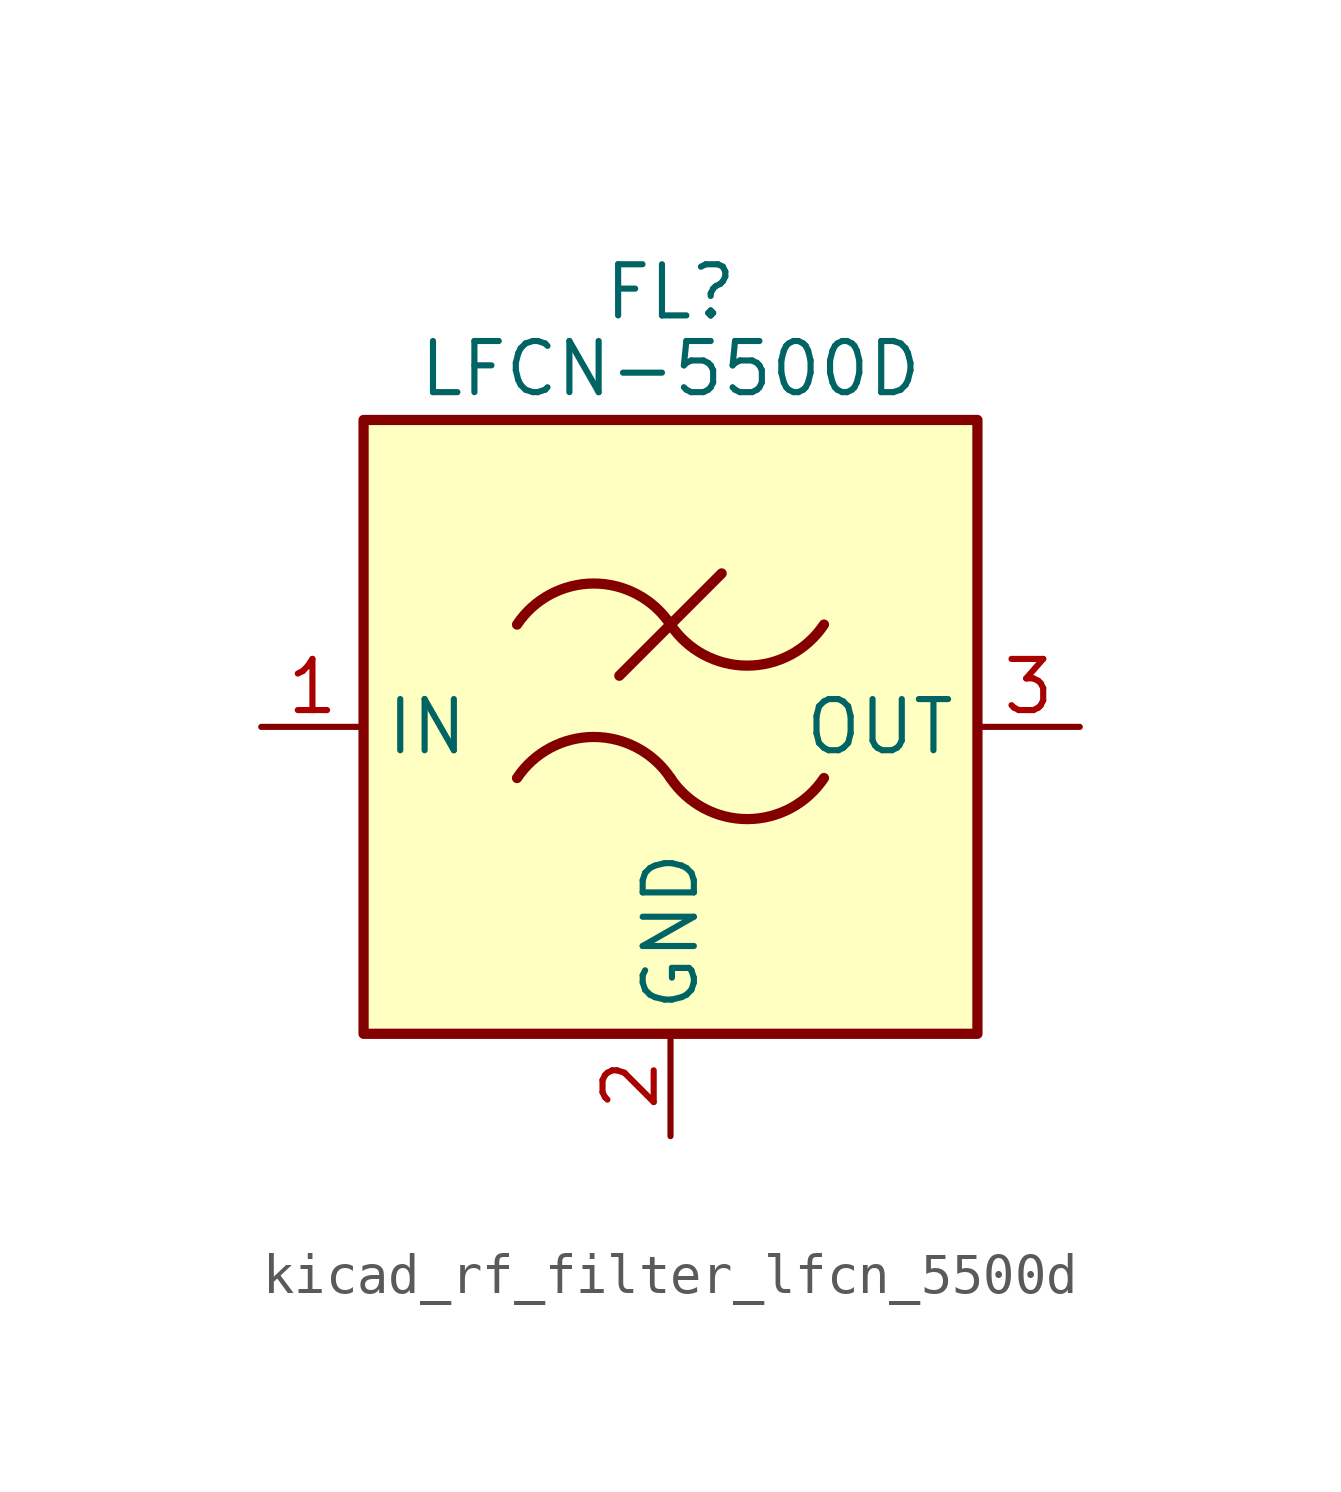
<source format=kicad_sym>
(kicad_symbol_lib
  (version 20220914)
  (generator kicad_symbol_editor)
  (symbol "kicad_rf_filter_lfcn_5500d"
    (property "Reference" "FL"
      (at 0 10.795 0)
      (effects (font (size 1.27 1.27))))
    (property "Value" "LFCN-5500D"
      (at 0 8.89 0)
      (effects (font (size 1.27 1.27))))
    (symbol "kicad_rf_filter_lfcn_5500d_0_1"
      (rectangle (start -7.62 7.62) (end 7.62 -7.62) (stroke (width 0.254) (type default)) (fill (type background)))
      (arc (start 0 -1.27) (mid -1.905 -0.2505) (end -3.81 -1.27) (stroke (width 0.254) (type default)) (fill (type none)))
      (arc (start 0 -1.27) (mid 1.905 -2.2895) (end 3.81 -1.27) (stroke (width 0.254) (type default)) (fill (type none)))
      (polyline (pts (xy -1.27 1.27) (xy 1.27 3.81)) (stroke (width 0.254) (type default)) (fill (type none)))
      (arc (start 0 2.54) (mid -1.905 3.5595) (end -3.81 2.54) (stroke (width 0.254) (type default)) (fill (type none)))
      (arc (start 0 2.54) (mid 1.905 1.5205) (end 3.81 2.54) (stroke (width 0.254) (type default)) (fill (type none))))
    (symbol "kicad_rf_filter_lfcn_5500d_1_1"
      (pin passive line (at -10.16 0 0) (length 2.54) (name "IN" (effects (font (size 1.27 1.27)))) (number "1" (effects (font (size 1.27 1.27)))))
      (pin passive line (at 0 -10.16 90) (length 2.54) (name "GND" (effects (font (size 1.27 1.27)))) (number "2" (effects (font (size 1.27 1.27)))))
      (pin passive line (at 10.16 0 180) (length 2.54) (name "OUT" (effects (font (size 1.27 1.27)))) (number "3" (effects (font (size 1.27 1.27)))))
      (pin passive line (at 0 -10.16 90) (length 2.54) hide (name "GND" (effects (font (size 1.27 1.27)))) (number "4" (effects (font (size 1.27 1.27))))))))
</source>
